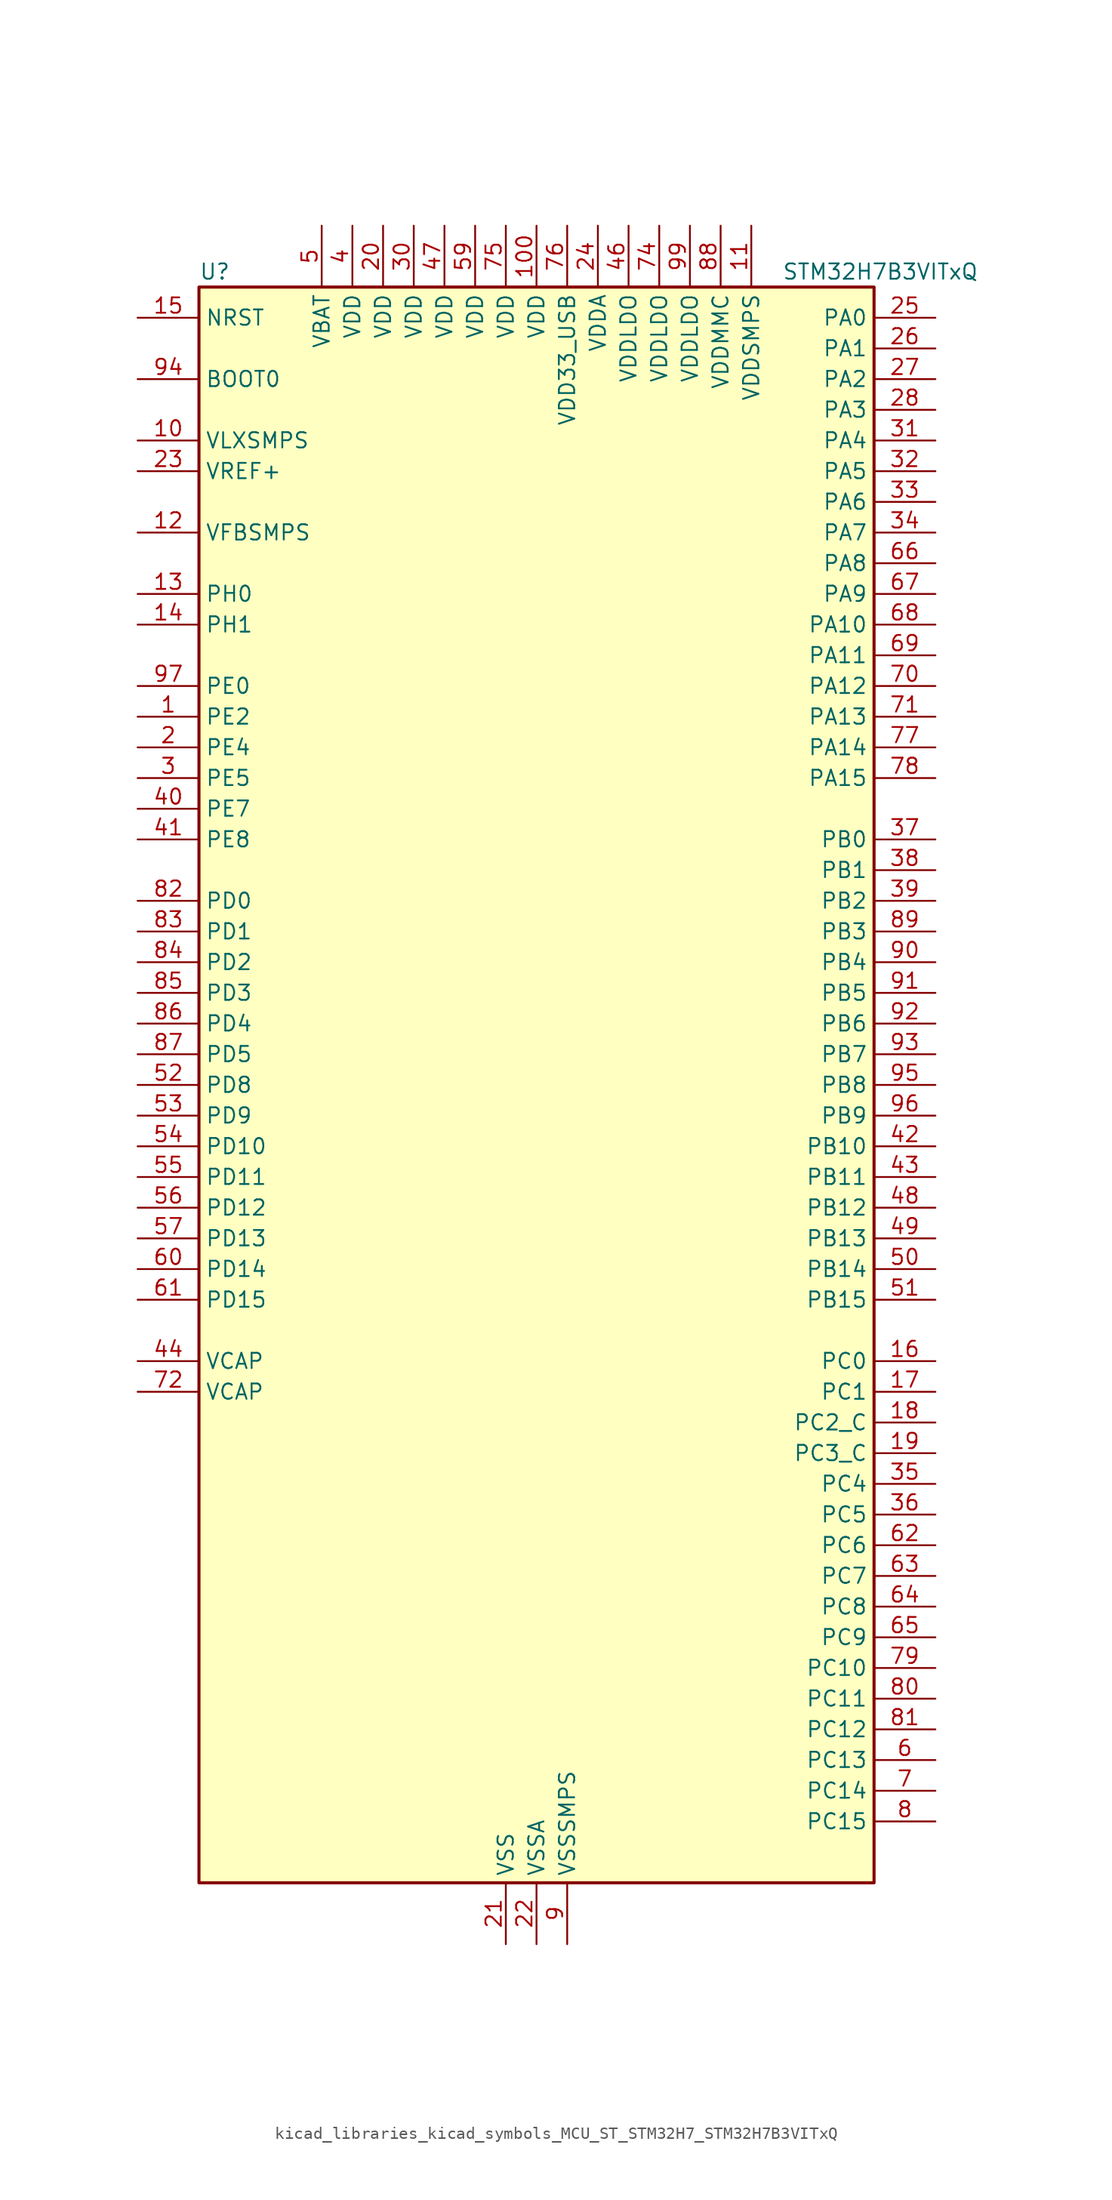
<source format=kicad_sym>
(kicad_symbol_lib
  (version 20220914)
  (generator kicad_symbol_editor)
  (symbol "kicad_libraries_kicad_symbols_MCU_ST_STM32H7_STM32H7B3VITxQ"
    (property "Reference" "U"
      (at -27.94 67.31 0)
      (effects (font (size 1.27 1.27)) (justify left)))
    (property "Value" "STM32H7B3VITxQ"
      (at 20.32 67.31 0)
      (effects (font (size 1.27 1.27)) (justify left)))
    (property "ki_locked" ""
      (at 0 0 0)
      (effects (font (size 1.27 1.27))))
    (symbol "kicad_libraries_kicad_symbols_MCU_ST_STM32H7_STM32H7B3VITxQ_0_1"
      (rectangle (start -27.94 -66.04) (end 27.94 66.04) (stroke (width 0.254) (type default)) (fill (type background))))
    (symbol "kicad_libraries_kicad_symbols_MCU_ST_STM32H7_STM32H7B3VITxQ_1_1"
      (pin bidirectional line (at -33.02 30.48 0) (length 5.08) (name "PE2" (effects (font (size 1.27 1.27)))) (number "1" (effects (font (size 1.27 1.27)))) (alternate "DEBUG_TRACECLK" bidirectional line) (alternate "FMC_A23" bidirectional line) (alternate "OCTOSPIM_P1_IO2" bidirectional line) (alternate "SAI1_CK1" bidirectional line) (alternate "SAI1_MCLK_A" bidirectional line) (alternate "SPI4_SCK" bidirectional line))
      (pin power_in line (at -33.02 53.34 0) (length 5.08) (name "VLXSMPS" (effects (font (size 1.27 1.27)))) (number "10" (effects (font (size 1.27 1.27)))))
      (pin power_in line (at 0 71.12 270) (length 5.08) (name "VDD" (effects (font (size 1.27 1.27)))) (number "100" (effects (font (size 1.27 1.27)))))
      (pin power_in line (at 17.78 71.12 270) (length 5.08) (name "VDDSMPS" (effects (font (size 1.27 1.27)))) (number "11" (effects (font (size 1.27 1.27)))))
      (pin input line (at -33.02 45.72 0) (length 5.08) (name "VFBSMPS" (effects (font (size 1.27 1.27)))) (number "12" (effects (font (size 1.27 1.27)))))
      (pin bidirectional line (at -33.02 40.64 0) (length 5.08) (name "PH0" (effects (font (size 1.27 1.27)))) (number "13" (effects (font (size 1.27 1.27)))) (alternate "RCC_OSC_IN" bidirectional line))
      (pin bidirectional line (at -33.02 38.1 0) (length 5.08) (name "PH1" (effects (font (size 1.27 1.27)))) (number "14" (effects (font (size 1.27 1.27)))) (alternate "RCC_OSC_OUT" bidirectional line))
      (pin input line (at -33.02 63.5 0) (length 5.08) (name "NRST" (effects (font (size 1.27 1.27)))) (number "15" (effects (font (size 1.27 1.27)))))
      (pin bidirectional line (at 33.02 -22.86 180) (length 5.08) (name "PC0" (effects (font (size 1.27 1.27)))) (number "16" (effects (font (size 1.27 1.27)))) (alternate "ADC1_INP10" bidirectional line) (alternate "ADC2_INP10" bidirectional line) (alternate "DFSDM1_CKIN0" bidirectional line) (alternate "DFSDM1_DATIN4" bidirectional line) (alternate "FMC_A25" bidirectional line) (alternate "FMC_SDNWE" bidirectional line) (alternate "LTDC_G2" bidirectional line) (alternate "LTDC_R5" bidirectional line) (alternate "SAI2_FS_B" bidirectional line) (alternate "USB_OTG_HS_ULPI_STP" bidirectional line))
      (pin bidirectional line (at 33.02 -25.4 180) (length 5.08) (name "PC1" (effects (font (size 1.27 1.27)))) (number "17" (effects (font (size 1.27 1.27)))) (alternate "ADC1_INN10" bidirectional line) (alternate "ADC1_INP11" bidirectional line) (alternate "ADC2_INN10" bidirectional line) (alternate "ADC2_INP11" bidirectional line) (alternate "DEBUG_TRACED0" bidirectional line) (alternate "DFSDM1_CKIN4" bidirectional line) (alternate "DFSDM1_DATIN0" bidirectional line) (alternate "I2S2_SDO" bidirectional line) (alternate "LTDC_G5" bidirectional line) (alternate "MDIOS_MDC" bidirectional line) (alternate "OCTOSPIM_P1_IO4" bidirectional line) (alternate "PWR_WKUP6" bidirectional line) (alternate "RTC_TAMP3" bidirectional line) (alternate "SAI1_D1" bidirectional line) (alternate "SAI1_SD_A" bidirectional line) (alternate "SDMMC2_CK" bidirectional line) (alternate "SPI2_MOSI" bidirectional line))
      (pin bidirectional line (at 33.02 -27.94 180) (length 5.08) (name "PC2_C" (effects (font (size 1.27 1.27)))) (number "18" (effects (font (size 1.27 1.27)))) (alternate "ADC2_INN1" bidirectional line) (alternate "ADC2_INP0" bidirectional line) (alternate "DFSDM1_CKIN1" bidirectional line) (alternate "DFSDM1_CKOUT" bidirectional line) (alternate "FMC_SDNE0" bidirectional line) (alternate "I2S2_SDI" bidirectional line) (alternate "OCTOSPIM_P1_IO2" bidirectional line) (alternate "OCTOSPIM_P1_IO5" bidirectional line) (alternate "PWR_CSTOP" bidirectional line) (alternate "SPI2_MISO" bidirectional line) (alternate "USB_OTG_HS_ULPI_DIR" bidirectional line))
      (pin bidirectional line (at 33.02 -30.48 180) (length 5.08) (name "PC3_C" (effects (font (size 1.27 1.27)))) (number "19" (effects (font (size 1.27 1.27)))) (alternate "ADC2_INP1" bidirectional line) (alternate "DFSDM1_DATIN1" bidirectional line) (alternate "FMC_SDCKE0" bidirectional line) (alternate "I2S2_SDO" bidirectional line) (alternate "OCTOSPIM_P1_IO0" bidirectional line) (alternate "OCTOSPIM_P1_IO6" bidirectional line) (alternate "PWR_CSLEEP" bidirectional line) (alternate "SPI2_MOSI" bidirectional line) (alternate "USB_OTG_HS_ULPI_NXT" bidirectional line))
      (pin bidirectional line (at -33.02 27.94 0) (length 5.08) (name "PE4" (effects (font (size 1.27 1.27)))) (number "2" (effects (font (size 1.27 1.27)))) (alternate "DCMI_D4" bidirectional line) (alternate "DEBUG_TRACED1" bidirectional line) (alternate "DFSDM1_DATIN3" bidirectional line) (alternate "FMC_A20" bidirectional line) (alternate "LTDC_B0" bidirectional line) (alternate "PSSI_D4" bidirectional line) (alternate "SAI1_D2" bidirectional line) (alternate "SAI1_FS_A" bidirectional line) (alternate "SPI4_NSS" bidirectional line) (alternate "TIM15_CH1N" bidirectional line))
      (pin power_in line (at -12.7 71.12 270) (length 5.08) (name "VDD" (effects (font (size 1.27 1.27)))) (number "20" (effects (font (size 1.27 1.27)))))
      (pin power_in line (at -2.54 -71.12 90) (length 5.08) (name "VSS" (effects (font (size 1.27 1.27)))) (number "21" (effects (font (size 1.27 1.27)))))
      (pin power_in line (at 0 -71.12 90) (length 5.08) (name "VSSA" (effects (font (size 1.27 1.27)))) (number "22" (effects (font (size 1.27 1.27)))))
      (pin input line (at -33.02 50.8 0) (length 5.08) (name "VREF+" (effects (font (size 1.27 1.27)))) (number "23" (effects (font (size 1.27 1.27)))) (alternate "VREFBUF_OUT" bidirectional line))
      (pin power_in line (at 5.08 71.12 270) (length 5.08) (name "VDDA" (effects (font (size 1.27 1.27)))) (number "24" (effects (font (size 1.27 1.27)))))
      (pin bidirectional line (at 33.02 63.5 180) (length 5.08) (name "PA0" (effects (font (size 1.27 1.27)))) (number "25" (effects (font (size 1.27 1.27)))) (alternate "ADC1_INP16" bidirectional line) (alternate "I2S6_WS" bidirectional line) (alternate "PWR_WKUP1" bidirectional line) (alternate "SAI2_SD_B" bidirectional line) (alternate "SDMMC2_CMD" bidirectional line) (alternate "SPI6_NSS" bidirectional line) (alternate "TIM15_BKIN" bidirectional line) (alternate "TIM2_CH1" bidirectional line) (alternate "TIM2_ETR" bidirectional line) (alternate "TIM5_CH1" bidirectional line) (alternate "TIM8_ETR" bidirectional line) (alternate "UART4_TX" bidirectional line) (alternate "USART2_CTS" bidirectional line) (alternate "USART2_NSS" bidirectional line))
      (pin bidirectional line (at 33.02 60.96 180) (length 5.08) (name "PA1" (effects (font (size 1.27 1.27)))) (number "26" (effects (font (size 1.27 1.27)))) (alternate "ADC1_INN16" bidirectional line) (alternate "ADC1_INP17" bidirectional line) (alternate "LPTIM3_OUT" bidirectional line) (alternate "LTDC_R2" bidirectional line) (alternate "OCTOSPIM_P1_DQS" bidirectional line) (alternate "OCTOSPIM_P1_IO3" bidirectional line) (alternate "SAI2_MCLK_B" bidirectional line) (alternate "TIM15_CH1N" bidirectional line) (alternate "TIM2_CH2" bidirectional line) (alternate "TIM5_CH2" bidirectional line) (alternate "UART4_RX" bidirectional line) (alternate "USART2_DE" bidirectional line) (alternate "USART2_RTS" bidirectional line))
      (pin bidirectional line (at 33.02 58.42 180) (length 5.08) (name "PA2" (effects (font (size 1.27 1.27)))) (number "27" (effects (font (size 1.27 1.27)))) (alternate "ADC1_INP14" bidirectional line) (alternate "DFSDM2_CKIN1" bidirectional line) (alternate "LTDC_R1" bidirectional line) (alternate "MDIOS_MDIO" bidirectional line) (alternate "PWR_WKUP2" bidirectional line) (alternate "SAI2_SCK_B" bidirectional line) (alternate "TIM15_CH1" bidirectional line) (alternate "TIM2_CH3" bidirectional line) (alternate "TIM5_CH3" bidirectional line) (alternate "USART2_TX" bidirectional line))
      (pin bidirectional line (at 33.02 55.88 180) (length 5.08) (name "PA3" (effects (font (size 1.27 1.27)))) (number "28" (effects (font (size 1.27 1.27)))) (alternate "ADC1_INP15" bidirectional line) (alternate "I2S6_MCK" bidirectional line) (alternate "LTDC_B2" bidirectional line) (alternate "LTDC_B5" bidirectional line) (alternate "OCTOSPIM_P1_CLK" bidirectional line) (alternate "TIM15_CH2" bidirectional line) (alternate "TIM2_CH4" bidirectional line) (alternate "TIM5_CH4" bidirectional line) (alternate "USART2_RX" bidirectional line) (alternate "USB_OTG_HS_ULPI_D0" bidirectional line))
      (pin passive line (at -2.54 -71.12 90) (length 5.08) hide (name "VSS" (effects (font (size 1.27 1.27)))) (number "29" (effects (font (size 1.27 1.27)))))
      (pin bidirectional line (at -33.02 25.4 0) (length 5.08) (name "PE5" (effects (font (size 1.27 1.27)))) (number "3" (effects (font (size 1.27 1.27)))) (alternate "DCMI_D6" bidirectional line) (alternate "DEBUG_TRACED2" bidirectional line) (alternate "DFSDM1_CKIN3" bidirectional line) (alternate "FMC_A21" bidirectional line) (alternate "LTDC_G0" bidirectional line) (alternate "PSSI_D6" bidirectional line) (alternate "SAI1_CK2" bidirectional line) (alternate "SAI1_SCK_A" bidirectional line) (alternate "SPI4_MISO" bidirectional line) (alternate "TIM15_CH1" bidirectional line))
      (pin power_in line (at -10.16 71.12 270) (length 5.08) (name "VDD" (effects (font (size 1.27 1.27)))) (number "30" (effects (font (size 1.27 1.27)))))
      (pin bidirectional line (at 33.02 53.34 180) (length 5.08) (name "PA4" (effects (font (size 1.27 1.27)))) (number "31" (effects (font (size 1.27 1.27)))) (alternate "ADC1_INP18" bidirectional line) (alternate "DAC1_OUT1" bidirectional line) (alternate "DCMI_HSYNC" bidirectional line) (alternate "I2S1_WS" bidirectional line) (alternate "I2S3_WS" bidirectional line) (alternate "I2S6_WS" bidirectional line) (alternate "LTDC_VSYNC" bidirectional line) (alternate "PSSI_DE" bidirectional line) (alternate "SPI1_NSS" bidirectional line) (alternate "SPI3_NSS" bidirectional line) (alternate "SPI6_NSS" bidirectional line) (alternate "TIM5_ETR" bidirectional line) (alternate "USART2_CK" bidirectional line))
      (pin bidirectional line (at 33.02 50.8 180) (length 5.08) (name "PA5" (effects (font (size 1.27 1.27)))) (number "32" (effects (font (size 1.27 1.27)))) (alternate "ADC1_INN18" bidirectional line) (alternate "ADC1_INP19" bidirectional line) (alternate "DAC1_OUT2" bidirectional line) (alternate "I2S1_CK" bidirectional line) (alternate "I2S6_CK" bidirectional line) (alternate "LTDC_R4" bidirectional line) (alternate "PSSI_D14" bidirectional line) (alternate "PWR_NDSTOP2" bidirectional line) (alternate "SPI1_SCK" bidirectional line) (alternate "SPI6_SCK" bidirectional line) (alternate "TIM2_CH1" bidirectional line) (alternate "TIM2_ETR" bidirectional line) (alternate "TIM8_CH1N" bidirectional line) (alternate "USB_OTG_HS_ULPI_CK" bidirectional line))
      (pin bidirectional line (at 33.02 48.26 180) (length 5.08) (name "PA6" (effects (font (size 1.27 1.27)))) (number "33" (effects (font (size 1.27 1.27)))) (alternate "ADC1_INP3" bidirectional line) (alternate "ADC2_INP3" bidirectional line) (alternate "DAC2_OUT1" bidirectional line) (alternate "DCMI_PIXCLK" bidirectional line) (alternate "I2S1_SDI" bidirectional line) (alternate "I2S6_SDI" bidirectional line) (alternate "LTDC_G2" bidirectional line) (alternate "MDIOS_MDC" bidirectional line) (alternate "OCTOSPIM_P1_IO3" bidirectional line) (alternate "PSSI_PDCK" bidirectional line) (alternate "SPI1_MISO" bidirectional line) (alternate "SPI6_MISO" bidirectional line) (alternate "TIM13_CH1" bidirectional line) (alternate "TIM1_BKIN" bidirectional line) (alternate "TIM1_BKIN_COMP1" bidirectional line) (alternate "TIM1_BKIN_COMP2" bidirectional line) (alternate "TIM3_CH1" bidirectional line) (alternate "TIM8_BKIN" bidirectional line) (alternate "TIM8_BKIN_COMP1" bidirectional line) (alternate "TIM8_BKIN_COMP2" bidirectional line))
      (pin bidirectional line (at 33.02 45.72 180) (length 5.08) (name "PA7" (effects (font (size 1.27 1.27)))) (number "34" (effects (font (size 1.27 1.27)))) (alternate "ADC1_INN3" bidirectional line) (alternate "ADC1_INP7" bidirectional line) (alternate "ADC2_INN3" bidirectional line) (alternate "ADC2_INP7" bidirectional line) (alternate "DFSDM2_DATIN1" bidirectional line) (alternate "FMC_SDNWE" bidirectional line) (alternate "I2S1_SDO" bidirectional line) (alternate "I2S6_SDO" bidirectional line) (alternate "LTDC_VSYNC" bidirectional line) (alternate "OCTOSPIM_P1_IO2" bidirectional line) (alternate "OPAMP1_VINM" bidirectional line) (alternate "SPI1_MOSI" bidirectional line) (alternate "SPI6_MOSI" bidirectional line) (alternate "TIM14_CH1" bidirectional line) (alternate "TIM1_CH1N" bidirectional line) (alternate "TIM3_CH2" bidirectional line) (alternate "TIM8_CH1N" bidirectional line))
      (pin bidirectional line (at 33.02 -33.02 180) (length 5.08) (name "PC4" (effects (font (size 1.27 1.27)))) (number "35" (effects (font (size 1.27 1.27)))) (alternate "ADC1_INP4" bidirectional line) (alternate "ADC2_INP4" bidirectional line) (alternate "COMP1_INM" bidirectional line) (alternate "DFSDM1_CKIN2" bidirectional line) (alternate "FMC_SDNE0" bidirectional line) (alternate "I2S1_MCK" bidirectional line) (alternate "LTDC_R7" bidirectional line) (alternate "OPAMP1_VOUT" bidirectional line))
      (pin bidirectional line (at 33.02 -35.56 180) (length 5.08) (name "PC5" (effects (font (size 1.27 1.27)))) (number "36" (effects (font (size 1.27 1.27)))) (alternate "ADC1_INN4" bidirectional line) (alternate "ADC1_INP8" bidirectional line) (alternate "ADC2_INN4" bidirectional line) (alternate "ADC2_INP8" bidirectional line) (alternate "COMP1_OUT" bidirectional line) (alternate "DFSDM1_DATIN2" bidirectional line) (alternate "FMC_SDCKE0" bidirectional line) (alternate "LTDC_DE" bidirectional line) (alternate "OCTOSPIM_P1_DQS" bidirectional line) (alternate "OPAMP1_VINM" bidirectional line) (alternate "PSSI_D15" bidirectional line) (alternate "SAI1_D3" bidirectional line))
      (pin bidirectional line (at 33.02 20.32 180) (length 5.08) (name "PB0" (effects (font (size 1.27 1.27)))) (number "37" (effects (font (size 1.27 1.27)))) (alternate "ADC1_INN5" bidirectional line) (alternate "ADC1_INP9" bidirectional line) (alternate "ADC2_INN5" bidirectional line) (alternate "ADC2_INP9" bidirectional line) (alternate "COMP1_INP" bidirectional line) (alternate "DFSDM1_CKOUT" bidirectional line) (alternate "DFSDM2_CKOUT" bidirectional line) (alternate "LTDC_G1" bidirectional line) (alternate "LTDC_R3" bidirectional line) (alternate "OCTOSPIM_P1_IO1" bidirectional line) (alternate "OPAMP1_VINP" bidirectional line) (alternate "TIM1_CH2N" bidirectional line) (alternate "TIM3_CH3" bidirectional line) (alternate "TIM8_CH2N" bidirectional line) (alternate "UART4_CTS" bidirectional line) (alternate "USB_OTG_HS_ULPI_D1" bidirectional line))
      (pin bidirectional line (at 33.02 17.78 180) (length 5.08) (name "PB1" (effects (font (size 1.27 1.27)))) (number "38" (effects (font (size 1.27 1.27)))) (alternate "ADC1_INP5" bidirectional line) (alternate "ADC2_INP5" bidirectional line) (alternate "COMP1_INM" bidirectional line) (alternate "DFSDM1_DATIN1" bidirectional line) (alternate "LTDC_G0" bidirectional line) (alternate "LTDC_R6" bidirectional line) (alternate "OCTOSPIM_P1_IO0" bidirectional line) (alternate "TIM1_CH3N" bidirectional line) (alternate "TIM3_CH4" bidirectional line) (alternate "TIM8_CH3N" bidirectional line) (alternate "USB_OTG_HS_ULPI_D2" bidirectional line))
      (pin bidirectional line (at 33.02 15.24 180) (length 5.08) (name "PB2" (effects (font (size 1.27 1.27)))) (number "39" (effects (font (size 1.27 1.27)))) (alternate "COMP1_INP" bidirectional line) (alternate "DFSDM1_CKIN1" bidirectional line) (alternate "I2S3_SDO" bidirectional line) (alternate "OCTOSPIM_P1_CLK" bidirectional line) (alternate "OCTOSPIM_P1_DQS" bidirectional line) (alternate "RTC_OUT_ALARM" bidirectional line) (alternate "RTC_OUT_CALIB" bidirectional line) (alternate "SAI1_D1" bidirectional line) (alternate "SAI1_SD_A" bidirectional line) (alternate "SPI3_MOSI" bidirectional line))
      (pin power_in line (at -15.24 71.12 270) (length 5.08) (name "VDD" (effects (font (size 1.27 1.27)))) (number "4" (effects (font (size 1.27 1.27)))))
      (pin bidirectional line (at -33.02 22.86 0) (length 5.08) (name "PE7" (effects (font (size 1.27 1.27)))) (number "40" (effects (font (size 1.27 1.27)))) (alternate "COMP2_INM" bidirectional line) (alternate "DFSDM1_DATIN2" bidirectional line) (alternate "FMC_D4" bidirectional line) (alternate "FMC_DA4" bidirectional line) (alternate "OCTOSPIM_P1_IO4" bidirectional line) (alternate "OPAMP2_VOUT" bidirectional line) (alternate "TIM1_ETR" bidirectional line) (alternate "UART7_RX" bidirectional line))
      (pin bidirectional line (at -33.02 20.32 0) (length 5.08) (name "PE8" (effects (font (size 1.27 1.27)))) (number "41" (effects (font (size 1.27 1.27)))) (alternate "COMP2_OUT" bidirectional line) (alternate "DFSDM1_CKIN2" bidirectional line) (alternate "FMC_D5" bidirectional line) (alternate "FMC_DA5" bidirectional line) (alternate "OCTOSPIM_P1_IO5" bidirectional line) (alternate "OPAMP2_VINM" bidirectional line) (alternate "TIM1_CH1N" bidirectional line) (alternate "UART7_TX" bidirectional line))
      (pin bidirectional line (at 33.02 -5.08 180) (length 5.08) (name "PB10" (effects (font (size 1.27 1.27)))) (number "42" (effects (font (size 1.27 1.27)))) (alternate "DFSDM1_DATIN7" bidirectional line) (alternate "I2C2_SCL" bidirectional line) (alternate "I2S2_CK" bidirectional line) (alternate "LPTIM2_IN1" bidirectional line) (alternate "LTDC_G4" bidirectional line) (alternate "OCTOSPIM_P1_NCS" bidirectional line) (alternate "SPI2_SCK" bidirectional line) (alternate "TIM2_CH3" bidirectional line) (alternate "USART3_TX" bidirectional line) (alternate "USB_OTG_HS_ULPI_D3" bidirectional line))
      (pin bidirectional line (at 33.02 -7.62 180) (length 5.08) (name "PB11" (effects (font (size 1.27 1.27)))) (number "43" (effects (font (size 1.27 1.27)))) (alternate "ADC1_EXTI11" bidirectional line) (alternate "ADC2_EXTI11" bidirectional line) (alternate "DFSDM1_CKIN7" bidirectional line) (alternate "I2C2_SDA" bidirectional line) (alternate "LPTIM2_ETR" bidirectional line) (alternate "LTDC_G5" bidirectional line) (alternate "TIM2_CH4" bidirectional line) (alternate "USART3_RX" bidirectional line) (alternate "USB_OTG_HS_ULPI_D4" bidirectional line))
      (pin power_out line (at -33.02 -22.86 0) (length 5.08) (name "VCAP" (effects (font (size 1.27 1.27)))) (number "44" (effects (font (size 1.27 1.27)))))
      (pin passive line (at -2.54 -71.12 90) (length 5.08) hide (name "VSS" (effects (font (size 1.27 1.27)))) (number "45" (effects (font (size 1.27 1.27)))))
      (pin power_in line (at 7.62 71.12 270) (length 5.08) (name "VDDLDO" (effects (font (size 1.27 1.27)))) (number "46" (effects (font (size 1.27 1.27)))))
      (pin power_in line (at -7.62 71.12 270) (length 5.08) (name "VDD" (effects (font (size 1.27 1.27)))) (number "47" (effects (font (size 1.27 1.27)))))
      (pin bidirectional line (at 33.02 -10.16 180) (length 5.08) (name "PB12" (effects (font (size 1.27 1.27)))) (number "48" (effects (font (size 1.27 1.27)))) (alternate "DFSDM1_DATIN1" bidirectional line) (alternate "DFSDM2_DATIN1" bidirectional line) (alternate "FDCAN2_RX" bidirectional line) (alternate "I2C2_SMBA" bidirectional line) (alternate "I2S2_WS" bidirectional line) (alternate "OCTOSPIM_P1_NCLK" bidirectional line) (alternate "SPI2_NSS" bidirectional line) (alternate "TIM1_BKIN" bidirectional line) (alternate "TIM1_BKIN_COMP1" bidirectional line) (alternate "TIM1_BKIN_COMP2" bidirectional line) (alternate "UART5_RX" bidirectional line) (alternate "USART3_CK" bidirectional line) (alternate "USB_OTG_HS_ULPI_D5" bidirectional line))
      (pin bidirectional line (at 33.02 -12.7 180) (length 5.08) (name "PB13" (effects (font (size 1.27 1.27)))) (number "49" (effects (font (size 1.27 1.27)))) (alternate "DCMI_D2" bidirectional line) (alternate "DFSDM1_CKIN1" bidirectional line) (alternate "DFSDM2_CKIN1" bidirectional line) (alternate "FDCAN2_TX" bidirectional line) (alternate "I2S2_CK" bidirectional line) (alternate "LPTIM2_OUT" bidirectional line) (alternate "PSSI_D2" bidirectional line) (alternate "SDMMC1_D0" bidirectional line) (alternate "SPI2_SCK" bidirectional line) (alternate "TIM1_CH1N" bidirectional line) (alternate "UART5_TX" bidirectional line) (alternate "USART3_CTS" bidirectional line) (alternate "USART3_NSS" bidirectional line) (alternate "USB_OTG_HS_ULPI_D6" bidirectional line))
      (pin power_in line (at -17.78 71.12 270) (length 5.08) (name "VBAT" (effects (font (size 1.27 1.27)))) (number "5" (effects (font (size 1.27 1.27)))))
      (pin bidirectional line (at 33.02 -15.24 180) (length 5.08) (name "PB14" (effects (font (size 1.27 1.27)))) (number "50" (effects (font (size 1.27 1.27)))) (alternate "DFSDM1_DATIN2" bidirectional line) (alternate "I2S2_SDI" bidirectional line) (alternate "LTDC_CLK" bidirectional line) (alternate "SDMMC2_D0" bidirectional line) (alternate "SPI2_MISO" bidirectional line) (alternate "TIM12_CH1" bidirectional line) (alternate "TIM1_CH2N" bidirectional line) (alternate "TIM8_CH2N" bidirectional line) (alternate "UART4_DE" bidirectional line) (alternate "UART4_RTS" bidirectional line) (alternate "USART1_TX" bidirectional line) (alternate "USART3_DE" bidirectional line) (alternate "USART3_RTS" bidirectional line))
      (pin bidirectional line (at 33.02 -17.78 180) (length 5.08) (name "PB15" (effects (font (size 1.27 1.27)))) (number "51" (effects (font (size 1.27 1.27)))) (alternate "ADC1_EXTI15" bidirectional line) (alternate "ADC2_EXTI15" bidirectional line) (alternate "DFSDM1_CKIN2" bidirectional line) (alternate "I2S2_SDO" bidirectional line) (alternate "LTDC_G7" bidirectional line) (alternate "RTC_REFIN" bidirectional line) (alternate "SDMMC2_D1" bidirectional line) (alternate "SPI2_MOSI" bidirectional line) (alternate "TIM12_CH2" bidirectional line) (alternate "TIM1_CH3N" bidirectional line) (alternate "TIM8_CH3N" bidirectional line) (alternate "UART4_CTS" bidirectional line) (alternate "USART1_RX" bidirectional line))
      (pin bidirectional line (at -33.02 0 0) (length 5.08) (name "PD8" (effects (font (size 1.27 1.27)))) (number "52" (effects (font (size 1.27 1.27)))) (alternate "DFSDM1_CKIN3" bidirectional line) (alternate "FMC_D13" bidirectional line) (alternate "FMC_DA13" bidirectional line) (alternate "USART3_TX" bidirectional line))
      (pin bidirectional line (at -33.02 -2.54 0) (length 5.08) (name "PD9" (effects (font (size 1.27 1.27)))) (number "53" (effects (font (size 1.27 1.27)))) (alternate "DAC1_EXTI9" bidirectional line) (alternate "DFSDM1_DATIN3" bidirectional line) (alternate "FMC_D14" bidirectional line) (alternate "FMC_DA14" bidirectional line) (alternate "USART3_RX" bidirectional line))
      (pin bidirectional line (at -33.02 -5.08 0) (length 5.08) (name "PD10" (effects (font (size 1.27 1.27)))) (number "54" (effects (font (size 1.27 1.27)))) (alternate "DFSDM1_CKOUT" bidirectional line) (alternate "DFSDM2_CKOUT" bidirectional line) (alternate "FMC_D15" bidirectional line) (alternate "FMC_DA15" bidirectional line) (alternate "LTDC_B3" bidirectional line) (alternate "USART3_CK" bidirectional line))
      (pin bidirectional line (at -33.02 -7.62 0) (length 5.08) (name "PD11" (effects (font (size 1.27 1.27)))) (number "55" (effects (font (size 1.27 1.27)))) (alternate "ADC1_EXTI11" bidirectional line) (alternate "ADC2_EXTI11" bidirectional line) (alternate "FMC_A16" bidirectional line) (alternate "FMC_CLE" bidirectional line) (alternate "I2C4_SMBA" bidirectional line) (alternate "LPTIM2_IN2" bidirectional line) (alternate "OCTOSPIM_P1_IO0" bidirectional line) (alternate "SAI2_SD_A" bidirectional line) (alternate "USART3_CTS" bidirectional line) (alternate "USART3_NSS" bidirectional line))
      (pin bidirectional line (at -33.02 -10.16 0) (length 5.08) (name "PD12" (effects (font (size 1.27 1.27)))) (number "56" (effects (font (size 1.27 1.27)))) (alternate "DCMI_D12" bidirectional line) (alternate "FMC_A17" bidirectional line) (alternate "FMC_ALE" bidirectional line) (alternate "I2C4_SCL" bidirectional line) (alternate "LPTIM1_IN1" bidirectional line) (alternate "LPTIM2_IN1" bidirectional line) (alternate "OCTOSPIM_P1_IO1" bidirectional line) (alternate "PSSI_D12" bidirectional line) (alternate "SAI2_FS_A" bidirectional line) (alternate "TIM4_CH1" bidirectional line) (alternate "USART3_DE" bidirectional line) (alternate "USART3_RTS" bidirectional line))
      (pin bidirectional line (at -33.02 -12.7 0) (length 5.08) (name "PD13" (effects (font (size 1.27 1.27)))) (number "57" (effects (font (size 1.27 1.27)))) (alternate "DCMI_D13" bidirectional line) (alternate "FMC_A18" bidirectional line) (alternate "I2C4_SDA" bidirectional line) (alternate "LPTIM1_OUT" bidirectional line) (alternate "OCTOSPIM_P1_IO3" bidirectional line) (alternate "PSSI_D13" bidirectional line) (alternate "SAI2_SCK_A" bidirectional line) (alternate "TIM4_CH2" bidirectional line) (alternate "UART9_DE" bidirectional line) (alternate "UART9_RTS" bidirectional line))
      (pin passive line (at -2.54 -71.12 90) (length 5.08) hide (name "VSS" (effects (font (size 1.27 1.27)))) (number "58" (effects (font (size 1.27 1.27)))))
      (pin power_in line (at -5.08 71.12 270) (length 5.08) (name "VDD" (effects (font (size 1.27 1.27)))) (number "59" (effects (font (size 1.27 1.27)))))
      (pin bidirectional line (at 33.02 -55.88 180) (length 5.08) (name "PC13" (effects (font (size 1.27 1.27)))) (number "6" (effects (font (size 1.27 1.27)))) (alternate "PWR_WKUP4" bidirectional line) (alternate "RTC_OUT_ALARM" bidirectional line) (alternate "RTC_OUT_CALIB" bidirectional line) (alternate "RTC_TAMP1" bidirectional line) (alternate "RTC_TS" bidirectional line))
      (pin bidirectional line (at -33.02 -15.24 0) (length 5.08) (name "PD14" (effects (font (size 1.27 1.27)))) (number "60" (effects (font (size 1.27 1.27)))) (alternate "FMC_D0" bidirectional line) (alternate "FMC_DA0" bidirectional line) (alternate "TIM4_CH3" bidirectional line) (alternate "UART8_CTS" bidirectional line) (alternate "UART9_RX" bidirectional line))
      (pin bidirectional line (at -33.02 -17.78 0) (length 5.08) (name "PD15" (effects (font (size 1.27 1.27)))) (number "61" (effects (font (size 1.27 1.27)))) (alternate "ADC1_EXTI15" bidirectional line) (alternate "ADC2_EXTI15" bidirectional line) (alternate "FMC_D1" bidirectional line) (alternate "FMC_DA1" bidirectional line) (alternate "TIM4_CH4" bidirectional line) (alternate "UART8_DE" bidirectional line) (alternate "UART8_RTS" bidirectional line) (alternate "UART9_TX" bidirectional line))
      (pin bidirectional line (at 33.02 -38.1 180) (length 5.08) (name "PC6" (effects (font (size 1.27 1.27)))) (number "62" (effects (font (size 1.27 1.27)))) (alternate "DCMI_D0" bidirectional line) (alternate "DFSDM1_CKIN3" bidirectional line) (alternate "FMC_NWAIT" bidirectional line) (alternate "I2S2_MCK" bidirectional line) (alternate "LTDC_HSYNC" bidirectional line) (alternate "PSSI_D0" bidirectional line) (alternate "SDMMC1_D0DIR" bidirectional line) (alternate "SDMMC1_D6" bidirectional line) (alternate "SDMMC2_D6" bidirectional line) (alternate "SWPMI1_IO" bidirectional line) (alternate "TIM3_CH1" bidirectional line) (alternate "TIM8_CH1" bidirectional line) (alternate "USART6_TX" bidirectional line))
      (pin bidirectional line (at 33.02 -40.64 180) (length 5.08) (name "PC7" (effects (font (size 1.27 1.27)))) (number "63" (effects (font (size 1.27 1.27)))) (alternate "DCMI_D1" bidirectional line) (alternate "DEBUG_TRGIO" bidirectional line) (alternate "DFSDM1_DATIN3" bidirectional line) (alternate "FMC_NE1" bidirectional line) (alternate "I2S3_MCK" bidirectional line) (alternate "LTDC_G6" bidirectional line) (alternate "PSSI_D1" bidirectional line) (alternate "SDMMC1_D123DIR" bidirectional line) (alternate "SDMMC1_D7" bidirectional line) (alternate "SDMMC2_D7" bidirectional line) (alternate "SWPMI1_TX" bidirectional line) (alternate "TIM3_CH2" bidirectional line) (alternate "TIM8_CH2" bidirectional line) (alternate "USART6_RX" bidirectional line))
      (pin bidirectional line (at 33.02 -43.18 180) (length 5.08) (name "PC8" (effects (font (size 1.27 1.27)))) (number "64" (effects (font (size 1.27 1.27)))) (alternate "DCMI_D2" bidirectional line) (alternate "DEBUG_TRACED1" bidirectional line) (alternate "FMC_INT" bidirectional line) (alternate "FMC_NCE" bidirectional line) (alternate "FMC_NE2" bidirectional line) (alternate "PSSI_D2" bidirectional line) (alternate "SDMMC1_D0" bidirectional line) (alternate "SWPMI1_RX" bidirectional line) (alternate "TIM3_CH3" bidirectional line) (alternate "TIM8_CH3" bidirectional line) (alternate "UART5_DE" bidirectional line) (alternate "UART5_RTS" bidirectional line) (alternate "USART6_CK" bidirectional line))
      (pin bidirectional line (at 33.02 -45.72 180) (length 5.08) (name "PC9" (effects (font (size 1.27 1.27)))) (number "65" (effects (font (size 1.27 1.27)))) (alternate "DAC1_EXTI9" bidirectional line) (alternate "DCMI_D3" bidirectional line) (alternate "I2C3_SDA" bidirectional line) (alternate "I2S_CKIN" bidirectional line) (alternate "LTDC_B2" bidirectional line) (alternate "LTDC_G3" bidirectional line) (alternate "OCTOSPIM_P1_IO0" bidirectional line) (alternate "PSSI_D3" bidirectional line) (alternate "RCC_MCO_2" bidirectional line) (alternate "SDMMC1_D1" bidirectional line) (alternate "SWPMI1_SUSPEND" bidirectional line) (alternate "TIM3_CH4" bidirectional line) (alternate "TIM8_CH4" bidirectional line) (alternate "UART5_CTS" bidirectional line))
      (pin bidirectional line (at 33.02 43.18 180) (length 5.08) (name "PA8" (effects (font (size 1.27 1.27)))) (number "66" (effects (font (size 1.27 1.27)))) (alternate "I2C3_SCL" bidirectional line) (alternate "LTDC_B3" bidirectional line) (alternate "LTDC_R6" bidirectional line) (alternate "RCC_MCO_1" bidirectional line) (alternate "TIM1_CH1" bidirectional line) (alternate "TIM8_BKIN2" bidirectional line) (alternate "TIM8_BKIN2_COMP1" bidirectional line) (alternate "TIM8_BKIN2_COMP2" bidirectional line) (alternate "UART7_RX" bidirectional line) (alternate "USART1_CK" bidirectional line) (alternate "USB_OTG_HS_SOF" bidirectional line))
      (pin bidirectional line (at 33.02 40.64 180) (length 5.08) (name "PA9" (effects (font (size 1.27 1.27)))) (number "67" (effects (font (size 1.27 1.27)))) (alternate "DAC1_EXTI9" bidirectional line) (alternate "DCMI_D0" bidirectional line) (alternate "I2C3_SMBA" bidirectional line) (alternate "I2S2_CK" bidirectional line) (alternate "LPUART1_TX" bidirectional line) (alternate "LTDC_R5" bidirectional line) (alternate "PSSI_D0" bidirectional line) (alternate "SPI2_SCK" bidirectional line) (alternate "TIM1_CH2" bidirectional line) (alternate "USART1_TX" bidirectional line) (alternate "USB_OTG_HS_VBUS" bidirectional line))
      (pin bidirectional line (at 33.02 38.1 180) (length 5.08) (name "PA10" (effects (font (size 1.27 1.27)))) (number "68" (effects (font (size 1.27 1.27)))) (alternate "DCMI_D1" bidirectional line) (alternate "LPUART1_RX" bidirectional line) (alternate "LTDC_B1" bidirectional line) (alternate "LTDC_B4" bidirectional line) (alternate "MDIOS_MDIO" bidirectional line) (alternate "PSSI_D1" bidirectional line) (alternate "TIM1_CH3" bidirectional line) (alternate "USART1_RX" bidirectional line) (alternate "USB_OTG_HS_ID" bidirectional line))
      (pin bidirectional line (at 33.02 35.56 180) (length 5.08) (name "PA11" (effects (font (size 1.27 1.27)))) (number "69" (effects (font (size 1.27 1.27)))) (alternate "ADC1_EXTI11" bidirectional line) (alternate "ADC2_EXTI11" bidirectional line) (alternate "FDCAN1_RX" bidirectional line) (alternate "I2S2_WS" bidirectional line) (alternate "LPUART1_CTS" bidirectional line) (alternate "LTDC_R4" bidirectional line) (alternate "SPI2_NSS" bidirectional line) (alternate "TIM1_CH4" bidirectional line) (alternate "UART4_RX" bidirectional line) (alternate "USART1_CTS" bidirectional line) (alternate "USART1_NSS" bidirectional line) (alternate "USB_OTG_HS_DM" bidirectional line))
      (pin bidirectional line (at 33.02 -58.42 180) (length 5.08) (name "PC14" (effects (font (size 1.27 1.27)))) (number "7" (effects (font (size 1.27 1.27)))) (alternate "RCC_OSC32_IN" bidirectional line))
      (pin bidirectional line (at 33.02 33.02 180) (length 5.08) (name "PA12" (effects (font (size 1.27 1.27)))) (number "70" (effects (font (size 1.27 1.27)))) (alternate "FDCAN1_TX" bidirectional line) (alternate "I2S2_CK" bidirectional line) (alternate "LPUART1_DE" bidirectional line) (alternate "LPUART1_RTS" bidirectional line) (alternate "LTDC_R5" bidirectional line) (alternate "SAI2_FS_B" bidirectional line) (alternate "SPI2_SCK" bidirectional line) (alternate "TIM1_ETR" bidirectional line) (alternate "UART4_TX" bidirectional line) (alternate "USART1_DE" bidirectional line) (alternate "USART1_RTS" bidirectional line) (alternate "USB_OTG_HS_DP" bidirectional line))
      (pin bidirectional line (at 33.02 30.48 180) (length 5.08) (name "PA13" (effects (font (size 1.27 1.27)))) (number "71" (effects (font (size 1.27 1.27)))) (alternate "DEBUG_JTMS-SWDIO" bidirectional line))
      (pin power_out line (at -33.02 -25.4 0) (length 5.08) (name "VCAP" (effects (font (size 1.27 1.27)))) (number "72" (effects (font (size 1.27 1.27)))))
      (pin passive line (at -2.54 -71.12 90) (length 5.08) hide (name "VSS" (effects (font (size 1.27 1.27)))) (number "73" (effects (font (size 1.27 1.27)))))
      (pin power_in line (at 10.16 71.12 270) (length 5.08) (name "VDDLDO" (effects (font (size 1.27 1.27)))) (number "74" (effects (font (size 1.27 1.27)))))
      (pin power_in line (at -2.54 71.12 270) (length 5.08) (name "VDD" (effects (font (size 1.27 1.27)))) (number "75" (effects (font (size 1.27 1.27)))))
      (pin power_in line (at 2.54 71.12 270) (length 5.08) (name "VDD33_USB" (effects (font (size 1.27 1.27)))) (number "76" (effects (font (size 1.27 1.27)))))
      (pin bidirectional line (at 33.02 27.94 180) (length 5.08) (name "PA14" (effects (font (size 1.27 1.27)))) (number "77" (effects (font (size 1.27 1.27)))) (alternate "DEBUG_JTCK-SWCLK" bidirectional line))
      (pin bidirectional line (at 33.02 25.4 180) (length 5.08) (name "PA15" (effects (font (size 1.27 1.27)))) (number "78" (effects (font (size 1.27 1.27)))) (alternate "ADC1_EXTI15" bidirectional line) (alternate "ADC2_EXTI15" bidirectional line) (alternate "CEC" bidirectional line) (alternate "DEBUG_JTDI" bidirectional line) (alternate "I2S1_WS" bidirectional line) (alternate "I2S3_WS" bidirectional line) (alternate "I2S6_WS" bidirectional line) (alternate "LTDC_B6" bidirectional line) (alternate "LTDC_R3" bidirectional line) (alternate "SPI1_NSS" bidirectional line) (alternate "SPI3_NSS" bidirectional line) (alternate "SPI6_NSS" bidirectional line) (alternate "TIM2_CH1" bidirectional line) (alternate "TIM2_ETR" bidirectional line) (alternate "UART4_DE" bidirectional line) (alternate "UART4_RTS" bidirectional line) (alternate "UART7_TX" bidirectional line))
      (pin bidirectional line (at 33.02 -48.26 180) (length 5.08) (name "PC10" (effects (font (size 1.27 1.27)))) (number "79" (effects (font (size 1.27 1.27)))) (alternate "DCMI_D8" bidirectional line) (alternate "DFSDM1_CKIN5" bidirectional line) (alternate "DFSDM2_CKIN0" bidirectional line) (alternate "I2S3_CK" bidirectional line) (alternate "LTDC_B1" bidirectional line) (alternate "LTDC_R2" bidirectional line) (alternate "OCTOSPIM_P1_IO1" bidirectional line) (alternate "PSSI_D8" bidirectional line) (alternate "SDMMC1_D2" bidirectional line) (alternate "SPI3_SCK" bidirectional line) (alternate "SWPMI1_RX" bidirectional line) (alternate "UART4_TX" bidirectional line) (alternate "USART3_TX" bidirectional line))
      (pin bidirectional line (at 33.02 -60.96 180) (length 5.08) (name "PC15" (effects (font (size 1.27 1.27)))) (number "8" (effects (font (size 1.27 1.27)))) (alternate "ADC1_EXTI15" bidirectional line) (alternate "ADC2_EXTI15" bidirectional line) (alternate "RCC_OSC32_OUT" bidirectional line))
      (pin bidirectional line (at 33.02 -50.8 180) (length 5.08) (name "PC11" (effects (font (size 1.27 1.27)))) (number "80" (effects (font (size 1.27 1.27)))) (alternate "ADC1_EXTI11" bidirectional line) (alternate "ADC2_EXTI11" bidirectional line) (alternate "DCMI_D4" bidirectional line) (alternate "DFSDM1_DATIN5" bidirectional line) (alternate "DFSDM2_DATIN0" bidirectional line) (alternate "I2S3_SDI" bidirectional line) (alternate "LTDC_B4" bidirectional line) (alternate "OCTOSPIM_P1_NCS" bidirectional line) (alternate "PSSI_D4" bidirectional line) (alternate "SDMMC1_D3" bidirectional line) (alternate "SPI3_MISO" bidirectional line) (alternate "UART4_RX" bidirectional line) (alternate "USART3_RX" bidirectional line))
      (pin bidirectional line (at 33.02 -53.34 180) (length 5.08) (name "PC12" (effects (font (size 1.27 1.27)))) (number "81" (effects (font (size 1.27 1.27)))) (alternate "DCMI_D9" bidirectional line) (alternate "DEBUG_TRACED3" bidirectional line) (alternate "DFSDM2_CKOUT" bidirectional line) (alternate "I2S3_SDO" bidirectional line) (alternate "I2S6_CK" bidirectional line) (alternate "LTDC_R6" bidirectional line) (alternate "PSSI_D9" bidirectional line) (alternate "SDMMC1_CK" bidirectional line) (alternate "SPI3_MOSI" bidirectional line) (alternate "SPI6_SCK" bidirectional line) (alternate "TIM15_CH1" bidirectional line) (alternate "UART5_TX" bidirectional line) (alternate "USART3_CK" bidirectional line))
      (pin bidirectional line (at -33.02 15.24 0) (length 5.08) (name "PD0" (effects (font (size 1.27 1.27)))) (number "82" (effects (font (size 1.27 1.27)))) (alternate "DFSDM1_CKIN6" bidirectional line) (alternate "FDCAN1_RX" bidirectional line) (alternate "FMC_D2" bidirectional line) (alternate "FMC_DA2" bidirectional line) (alternate "LTDC_B1" bidirectional line) (alternate "UART4_RX" bidirectional line) (alternate "UART9_CTS" bidirectional line))
      (pin bidirectional line (at -33.02 12.7 0) (length 5.08) (name "PD1" (effects (font (size 1.27 1.27)))) (number "83" (effects (font (size 1.27 1.27)))) (alternate "DFSDM1_DATIN6" bidirectional line) (alternate "FDCAN1_TX" bidirectional line) (alternate "FMC_D3" bidirectional line) (alternate "FMC_DA3" bidirectional line) (alternate "UART4_TX" bidirectional line))
      (pin bidirectional line (at -33.02 10.16 0) (length 5.08) (name "PD2" (effects (font (size 1.27 1.27)))) (number "84" (effects (font (size 1.27 1.27)))) (alternate "DCMI_D11" bidirectional line) (alternate "DEBUG_TRACED2" bidirectional line) (alternate "LTDC_B2" bidirectional line) (alternate "LTDC_B7" bidirectional line) (alternate "PSSI_D11" bidirectional line) (alternate "SDMMC1_CMD" bidirectional line) (alternate "TIM15_BKIN" bidirectional line) (alternate "TIM3_ETR" bidirectional line) (alternate "UART5_RX" bidirectional line))
      (pin bidirectional line (at -33.02 7.62 0) (length 5.08) (name "PD3" (effects (font (size 1.27 1.27)))) (number "85" (effects (font (size 1.27 1.27)))) (alternate "DCMI_D5" bidirectional line) (alternate "DFSDM1_CKOUT" bidirectional line) (alternate "FMC_CLK" bidirectional line) (alternate "I2S2_CK" bidirectional line) (alternate "LTDC_G7" bidirectional line) (alternate "PSSI_D5" bidirectional line) (alternate "SPI2_SCK" bidirectional line) (alternate "USART2_CTS" bidirectional line) (alternate "USART2_NSS" bidirectional line))
      (pin bidirectional line (at -33.02 5.08 0) (length 5.08) (name "PD4" (effects (font (size 1.27 1.27)))) (number "86" (effects (font (size 1.27 1.27)))) (alternate "FMC_NOE" bidirectional line) (alternate "OCTOSPIM_P1_IO4" bidirectional line) (alternate "USART2_DE" bidirectional line) (alternate "USART2_RTS" bidirectional line))
      (pin bidirectional line (at -33.02 2.54 0) (length 5.08) (name "PD5" (effects (font (size 1.27 1.27)))) (number "87" (effects (font (size 1.27 1.27)))) (alternate "FMC_NWE" bidirectional line) (alternate "OCTOSPIM_P1_IO5" bidirectional line) (alternate "USART2_TX" bidirectional line))
      (pin power_in line (at 15.24 71.12 270) (length 5.08) (name "VDDMMC" (effects (font (size 1.27 1.27)))) (number "88" (effects (font (size 1.27 1.27)))))
      (pin bidirectional line (at 33.02 12.7 180) (length 5.08) (name "PB3" (effects (font (size 1.27 1.27)))) (number "89" (effects (font (size 1.27 1.27)))) (alternate "CRS_SYNC" bidirectional line) (alternate "DEBUG_JTDO-SWO" bidirectional line) (alternate "I2S1_CK" bidirectional line) (alternate "I2S3_CK" bidirectional line) (alternate "I2S6_CK" bidirectional line) (alternate "SDMMC2_D2" bidirectional line) (alternate "SPI1_SCK" bidirectional line) (alternate "SPI3_SCK" bidirectional line) (alternate "SPI6_SCK" bidirectional line) (alternate "TIM2_CH2" bidirectional line) (alternate "UART7_RX" bidirectional line))
      (pin power_in line (at 2.54 -71.12 90) (length 5.08) (name "VSSSMPS" (effects (font (size 1.27 1.27)))) (number "9" (effects (font (size 1.27 1.27)))))
      (pin bidirectional line (at 33.02 10.16 180) (length 5.08) (name "PB4" (effects (font (size 1.27 1.27)))) (number "90" (effects (font (size 1.27 1.27)))) (alternate "DEBUG_JTRST" bidirectional line) (alternate "I2S1_SDI" bidirectional line) (alternate "I2S2_WS" bidirectional line) (alternate "I2S3_SDI" bidirectional line) (alternate "I2S6_SDI" bidirectional line) (alternate "SDMMC2_D3" bidirectional line) (alternate "SPI1_MISO" bidirectional line) (alternate "SPI2_NSS" bidirectional line) (alternate "SPI3_MISO" bidirectional line) (alternate "SPI6_MISO" bidirectional line) (alternate "TIM16_BKIN" bidirectional line) (alternate "TIM3_CH1" bidirectional line) (alternate "UART7_TX" bidirectional line))
      (pin bidirectional line (at 33.02 7.62 180) (length 5.08) (name "PB5" (effects (font (size 1.27 1.27)))) (number "91" (effects (font (size 1.27 1.27)))) (alternate "DCMI_D10" bidirectional line) (alternate "FDCAN2_RX" bidirectional line) (alternate "FMC_SDCKE1" bidirectional line) (alternate "I2C1_SMBA" bidirectional line) (alternate "I2C4_SMBA" bidirectional line) (alternate "I2S1_SDO" bidirectional line) (alternate "I2S3_SDO" bidirectional line) (alternate "I2S6_SDO" bidirectional line) (alternate "LTDC_B5" bidirectional line) (alternate "PSSI_D10" bidirectional line) (alternate "SPI1_MOSI" bidirectional line) (alternate "SPI3_MOSI" bidirectional line) (alternate "SPI6_MOSI" bidirectional line) (alternate "TIM17_BKIN" bidirectional line) (alternate "TIM3_CH2" bidirectional line) (alternate "UART5_RX" bidirectional line) (alternate "USB_OTG_HS_ULPI_D7" bidirectional line))
      (pin bidirectional line (at 33.02 5.08 180) (length 5.08) (name "PB6" (effects (font (size 1.27 1.27)))) (number "92" (effects (font (size 1.27 1.27)))) (alternate "CEC" bidirectional line) (alternate "DCMI_D5" bidirectional line) (alternate "DFSDM1_DATIN5" bidirectional line) (alternate "FDCAN2_TX" bidirectional line) (alternate "FMC_SDNE1" bidirectional line) (alternate "I2C1_SCL" bidirectional line) (alternate "I2C4_SCL" bidirectional line) (alternate "LPUART1_TX" bidirectional line) (alternate "OCTOSPIM_P1_NCS" bidirectional line) (alternate "PSSI_D5" bidirectional line) (alternate "TIM16_CH1N" bidirectional line) (alternate "TIM4_CH1" bidirectional line) (alternate "UART5_TX" bidirectional line) (alternate "USART1_TX" bidirectional line))
      (pin bidirectional line (at 33.02 2.54 180) (length 5.08) (name "PB7" (effects (font (size 1.27 1.27)))) (number "93" (effects (font (size 1.27 1.27)))) (alternate "DCMI_VSYNC" bidirectional line) (alternate "DFSDM1_CKIN5" bidirectional line) (alternate "FMC_NL" bidirectional line) (alternate "I2C1_SDA" bidirectional line) (alternate "I2C4_SDA" bidirectional line) (alternate "LPUART1_RX" bidirectional line) (alternate "PSSI_RDY" bidirectional line) (alternate "PWR_PVD_IN" bidirectional line) (alternate "TIM17_CH1N" bidirectional line) (alternate "TIM4_CH2" bidirectional line) (alternate "USART1_RX" bidirectional line))
      (pin input line (at -33.02 58.42 0) (length 5.08) (name "BOOT0" (effects (font (size 1.27 1.27)))) (number "94" (effects (font (size 1.27 1.27)))))
      (pin bidirectional line (at 33.02 0 180) (length 5.08) (name "PB8" (effects (font (size 1.27 1.27)))) (number "95" (effects (font (size 1.27 1.27)))) (alternate "DCMI_D6" bidirectional line) (alternate "DFSDM1_CKIN7" bidirectional line) (alternate "FDCAN1_RX" bidirectional line) (alternate "I2C1_SCL" bidirectional line) (alternate "I2C4_SCL" bidirectional line) (alternate "LTDC_B6" bidirectional line) (alternate "PSSI_D6" bidirectional line) (alternate "SDMMC1_CKIN" bidirectional line) (alternate "SDMMC1_D4" bidirectional line) (alternate "SDMMC2_D4" bidirectional line) (alternate "TIM16_CH1" bidirectional line) (alternate "TIM4_CH3" bidirectional line) (alternate "UART4_RX" bidirectional line))
      (pin bidirectional line (at 33.02 -2.54 180) (length 5.08) (name "PB9" (effects (font (size 1.27 1.27)))) (number "96" (effects (font (size 1.27 1.27)))) (alternate "DAC1_EXTI9" bidirectional line) (alternate "DCMI_D7" bidirectional line) (alternate "DFSDM1_DATIN7" bidirectional line) (alternate "FDCAN1_TX" bidirectional line) (alternate "I2C1_SDA" bidirectional line) (alternate "I2C4_SDA" bidirectional line) (alternate "I2C4_SMBA" bidirectional line) (alternate "I2S2_WS" bidirectional line) (alternate "LTDC_B7" bidirectional line) (alternate "PSSI_D7" bidirectional line) (alternate "SDMMC1_CDIR" bidirectional line) (alternate "SDMMC1_D5" bidirectional line) (alternate "SDMMC2_D5" bidirectional line) (alternate "SPI2_NSS" bidirectional line) (alternate "TIM17_CH1" bidirectional line) (alternate "TIM4_CH4" bidirectional line) (alternate "UART4_TX" bidirectional line))
      (pin bidirectional line (at -33.02 33.02 0) (length 5.08) (name "PE0" (effects (font (size 1.27 1.27)))) (number "97" (effects (font (size 1.27 1.27)))) (alternate "DCMI_D2" bidirectional line) (alternate "FMC_NBL0" bidirectional line) (alternate "LPTIM1_ETR" bidirectional line) (alternate "LPTIM2_ETR" bidirectional line) (alternate "LTDC_R0" bidirectional line) (alternate "PSSI_D2" bidirectional line) (alternate "SAI2_MCLK_A" bidirectional line) (alternate "TIM4_ETR" bidirectional line) (alternate "UART8_RX" bidirectional line))
      (pin passive line (at -2.54 -71.12 90) (length 5.08) hide (name "VSS" (effects (font (size 1.27 1.27)))) (number "98" (effects (font (size 1.27 1.27)))))
      (pin power_in line (at 12.7 71.12 270) (length 5.08) (name "VDDLDO" (effects (font (size 1.27 1.27)))) (number "99" (effects (font (size 1.27 1.27))))))))
</source>
